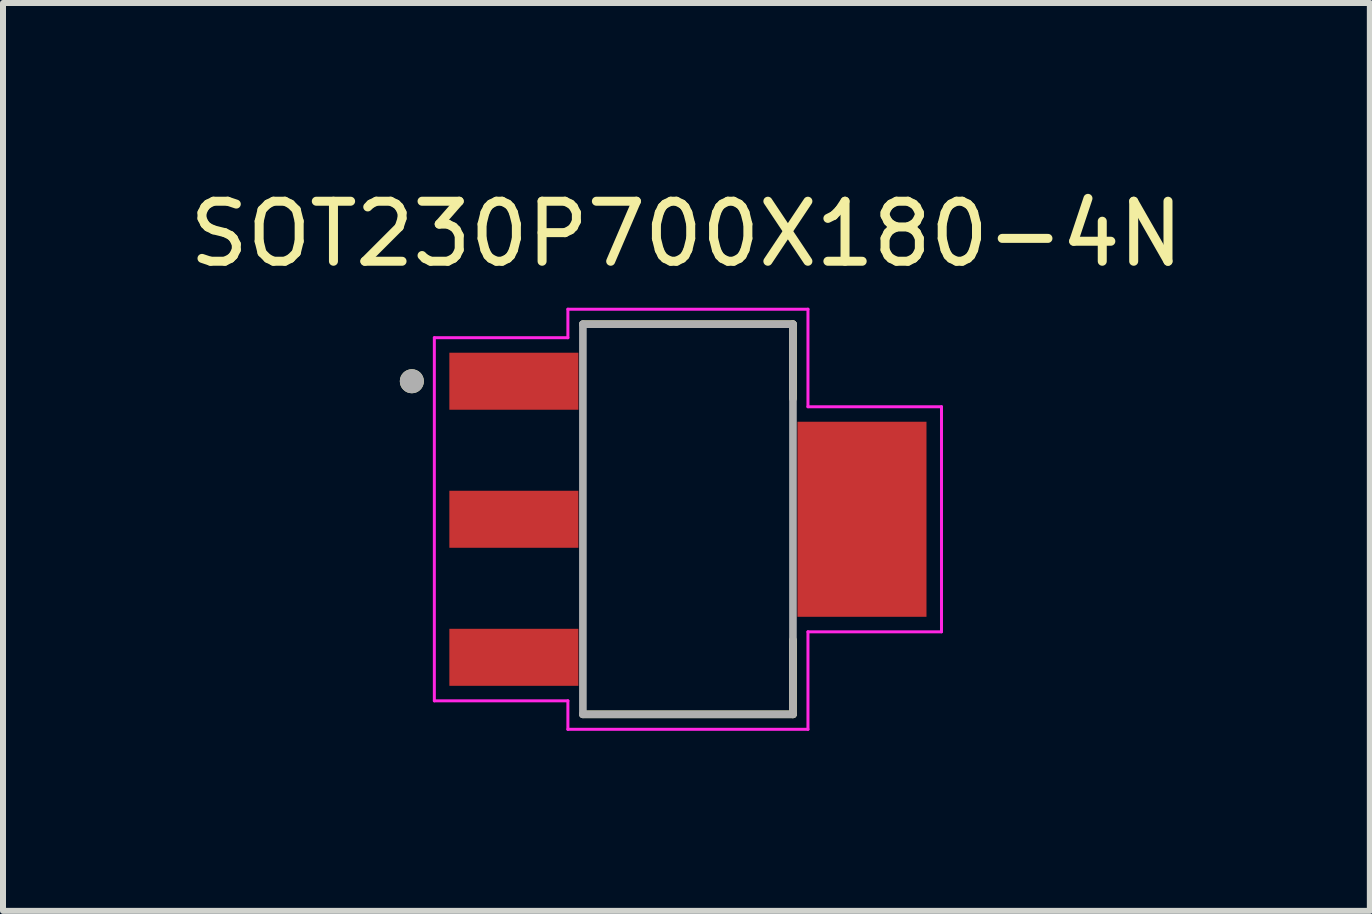
<source format=kicad_pcb>
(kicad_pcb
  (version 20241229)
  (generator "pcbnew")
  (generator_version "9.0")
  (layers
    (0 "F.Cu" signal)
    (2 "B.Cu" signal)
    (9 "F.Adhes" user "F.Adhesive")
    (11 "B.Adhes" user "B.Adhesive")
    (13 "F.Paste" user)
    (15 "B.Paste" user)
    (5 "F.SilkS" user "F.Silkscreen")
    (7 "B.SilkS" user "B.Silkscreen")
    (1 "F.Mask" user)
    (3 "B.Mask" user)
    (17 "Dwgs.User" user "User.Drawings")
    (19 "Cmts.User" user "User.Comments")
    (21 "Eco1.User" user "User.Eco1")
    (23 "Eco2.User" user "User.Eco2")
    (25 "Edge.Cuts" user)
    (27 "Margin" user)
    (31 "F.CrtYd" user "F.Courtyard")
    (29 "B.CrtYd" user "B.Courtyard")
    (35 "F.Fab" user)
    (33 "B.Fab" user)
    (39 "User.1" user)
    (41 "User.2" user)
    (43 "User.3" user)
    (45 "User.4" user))
  (footprint "SOT230P700X180-4N"
    (layer "F.Cu")
    (at 8.412 5.602)
    (property "Reference" "SOT230P700X180-4N" (at -0.025 -4.754 0) (layer "F.SilkS") (effects (font (size 1 1) (thickness 0.15))))
    (attr smd)
    (fp_line (start -1.75 -3.25) (end 1.75 -3.25) (stroke (width 0.127) (type solid)) (layer "F.SilkS"))
    (fp_line (start -1.75 3.25) (end 1.75 3.25) (stroke (width 0.127) (type solid)) (layer "F.SilkS"))
    (fp_line (start 1.75 -3.25) (end 1.75 -2.01) (stroke (width 0.127) (type solid)) (layer "F.SilkS"))
    (fp_line (start 1.75 3.25) (end 1.75 2.01) (stroke (width 0.127) (type solid)) (layer "F.SilkS"))
    (fp_circle (center -4.6 -2.3) (end -4.5 -2.3) (stroke (width 0.2) (type solid)) (fill no) (layer "F.SilkS"))
    (fp_line (start -4.225 -3.025) (end -4.225 3.025) (stroke (width 0.05) (type solid)) (layer "F.CrtYd"))
    (fp_line (start -4.225 3.025) (end -2 3.025) (stroke (width 0.05) (type solid)) (layer "F.CrtYd"))
    (fp_line (start -2 -3.5) (end -2 -3.025) (stroke (width 0.05) (type solid)) (layer "F.CrtYd"))
    (fp_line (start -2 -3.025) (end -4.225 -3.025) (stroke (width 0.05) (type solid)) (layer "F.CrtYd"))
    (fp_line (start -2 3.025) (end -2 3.5) (stroke (width 0.05) (type solid)) (layer "F.CrtYd"))
    (fp_line (start -2 3.5) (end 2 3.5) (stroke (width 0.05) (type solid)) (layer "F.CrtYd"))
    (fp_line (start 2 -3.5) (end -2 -3.5) (stroke (width 0.05) (type solid)) (layer "F.CrtYd"))
    (fp_line (start 2 -1.875) (end 2 -3.5) (stroke (width 0.05) (type solid)) (layer "F.CrtYd"))
    (fp_line (start 2 1.875) (end 4.225 1.875) (stroke (width 0.05) (type solid)) (layer "F.CrtYd"))
    (fp_line (start 2 3.5) (end 2 1.875) (stroke (width 0.05) (type solid)) (layer "F.CrtYd"))
    (fp_line (start 4.225 -1.875) (end 2 -1.875) (stroke (width 0.05) (type solid)) (layer "F.CrtYd"))
    (fp_line (start 4.225 1.875) (end 4.225 -1.875) (stroke (width 0.05) (type solid)) (layer "F.CrtYd"))
    (fp_line (start -1.75 -3.25) (end -1.75 3.25) (stroke (width 0.127) (type solid)) (layer "F.Fab"))
    (fp_line (start 1.75 -3.25) (end -1.75 -3.25) (stroke (width 0.127) (type solid)) (layer "F.Fab"))
    (fp_line (start 1.75 -3.25) (end 1.75 3.25) (stroke (width 0.127) (type solid)) (layer "F.Fab"))
    (fp_line (start 1.75 3.25) (end -1.75 3.25) (stroke (width 0.127) (type solid)) (layer "F.Fab"))
    (fp_circle (center -4.6 -2.3) (end -4.5 -2.3) (stroke (width 0.2) (type solid)) (fill no) (layer "F.Fab"))
    (pad "1" smd rect (at -2.9 -2.3) (size 2.15 0.95) (layers "F.Cu" "F.Mask" "F.Paste"))
    (pad "2" smd rect (at -2.9 0) (size 2.15 0.95) (layers "F.Cu" "F.Mask" "F.Paste"))
    (pad "2" smd rect (at 2.9 0) (size 2.15 3.25) (layers "F.Cu" "F.Mask" "F.Paste"))
    (pad "3" smd rect (at -2.9 2.3) (size 2.15 0.95) (layers "F.Cu" "F.Mask" "F.Paste")))
  (gr_rect
    (start -3 -3)
    (end 19.774 12.127)
    (stroke (width 0.1) (type default))
    (fill no)
    (layer "Edge.Cuts")))
</source>
